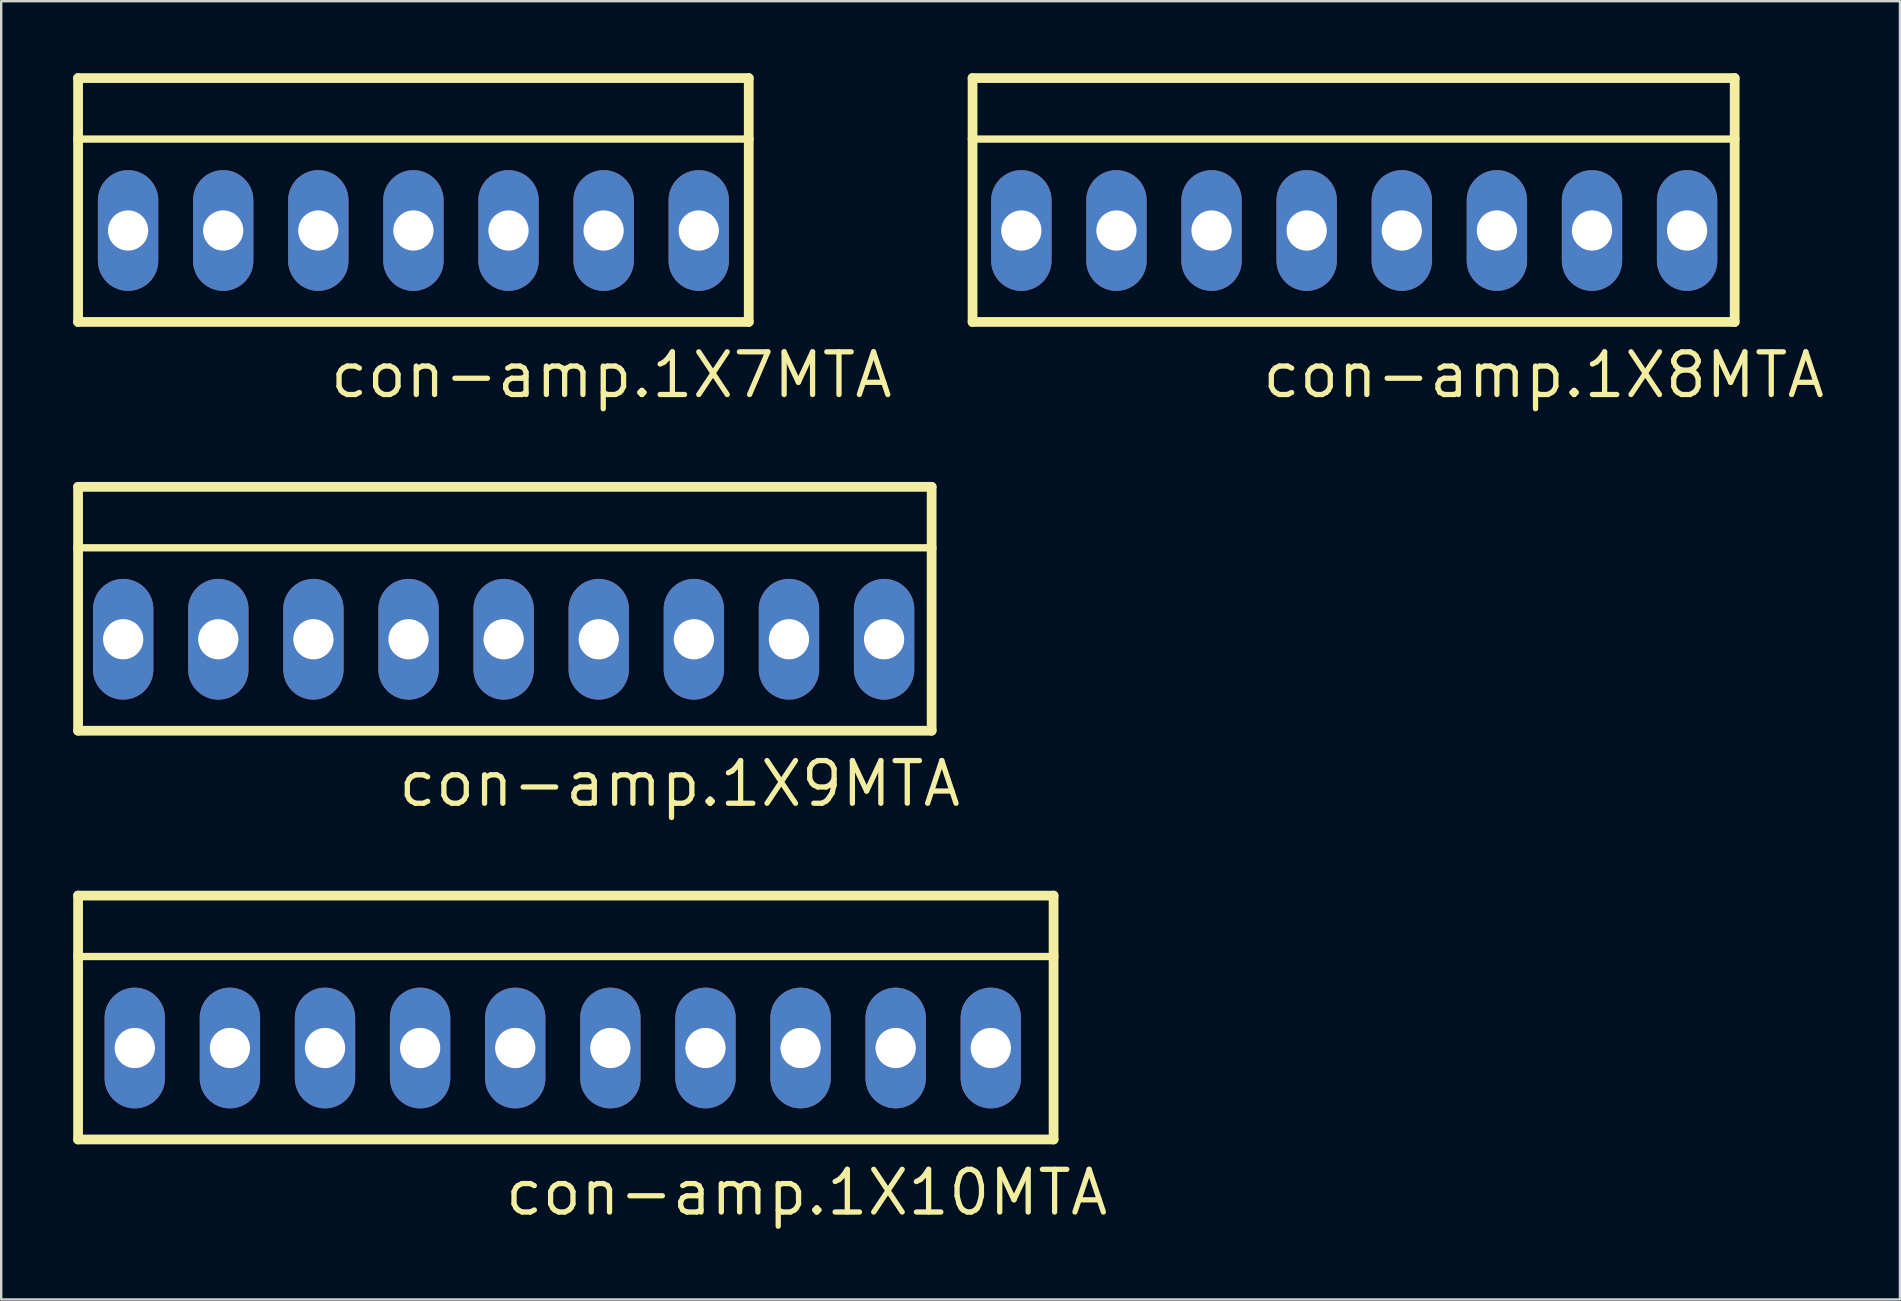
<source format=kicad_pcb>
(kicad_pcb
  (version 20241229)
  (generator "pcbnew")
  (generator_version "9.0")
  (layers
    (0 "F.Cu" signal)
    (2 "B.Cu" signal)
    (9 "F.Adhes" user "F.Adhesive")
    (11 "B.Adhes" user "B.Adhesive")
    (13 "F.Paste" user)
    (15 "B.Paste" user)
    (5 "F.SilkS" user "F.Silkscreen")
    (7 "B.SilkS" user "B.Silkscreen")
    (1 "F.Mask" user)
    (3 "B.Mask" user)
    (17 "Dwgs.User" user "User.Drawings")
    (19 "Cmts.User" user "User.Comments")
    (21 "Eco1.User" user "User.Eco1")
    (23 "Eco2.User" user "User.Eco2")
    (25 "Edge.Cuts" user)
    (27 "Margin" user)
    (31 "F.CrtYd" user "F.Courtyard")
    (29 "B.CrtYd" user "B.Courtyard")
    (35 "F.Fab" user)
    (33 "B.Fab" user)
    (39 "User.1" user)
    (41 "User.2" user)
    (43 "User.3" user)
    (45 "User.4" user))
  (footprint "con-amp.1X7MTA"
    (layer "F.Cu")
    (at 14.173 6.553)
    (property "Reference" "con-amp.1X7MTA" (at -3.581 7.061 0) (layer "F.SilkS") (effects (font (size 1.778 1.778) (thickness 0.22)) (justify left bottom)))
    (attr through_hole)
    (fp_line (start -13.97 -6.35) (end 13.97 -6.35) (stroke (width 0.406) (type default)) (layer "F.SilkS"))
    (fp_line (start -13.97 -3.81) (end -13.97 -6.35) (stroke (width 0.406) (type default)) (layer "F.SilkS"))
    (fp_line (start -13.97 -3.81) (end 13.97 -3.81) (stroke (width 0.305) (type default)) (layer "F.SilkS"))
    (fp_line (start -13.97 3.81) (end -13.97 -3.81) (stroke (width 0.406) (type default)) (layer "F.SilkS"))
    (fp_line (start -13.97 3.81) (end 13.97 3.81) (stroke (width 0.406) (type default)) (layer "F.SilkS"))
    (fp_line (start 13.97 -6.35) (end 13.97 -3.81) (stroke (width 0.406) (type default)) (layer "F.SilkS"))
    (fp_line (start 13.97 -3.81) (end 13.97 3.81) (stroke (width 0.406) (type default)) (layer "F.SilkS"))
    (fp_rect (start -12.395 0.508) (end -11.379 -0.508) (stroke (width 0.05) (type default)) (fill yes) (layer "F.SilkS"))
    (fp_rect (start -8.433 0.508) (end -7.417 -0.508) (stroke (width 0.05) (type default)) (fill yes) (layer "F.SilkS"))
    (fp_rect (start -4.47 0.508) (end -3.454 -0.508) (stroke (width 0.05) (type default)) (fill yes) (layer "F.SilkS"))
    (fp_rect (start -0.508 0.508) (end 0.508 -0.508) (stroke (width 0.05) (type default)) (fill yes) (layer "F.SilkS"))
    (fp_rect (start 3.454 0.508) (end 4.47 -0.508) (stroke (width 0.05) (type default)) (fill yes) (layer "F.SilkS"))
    (fp_rect (start 7.417 0.508) (end 8.433 -0.508) (stroke (width 0.05) (type default)) (fill yes) (layer "F.SilkS"))
    (fp_rect (start 11.379 0.508) (end 12.395 -0.508) (stroke (width 0.05) (type default)) (fill yes) (layer "F.SilkS"))
    (pad "1" thru_hole oval (at 11.887 0 90) (size 5.029 2.515) (drill 1.676) (layers "*.Cu" "*.Mask"))
    (pad "2" thru_hole oval (at 7.925 0 90) (size 5.029 2.515) (drill 1.676) (layers "*.Cu" "*.Mask"))
    (pad "3" thru_hole oval (at 3.962 0 90) (size 5.029 2.515) (drill 1.676) (layers "*.Cu" "*.Mask"))
    (pad "4" thru_hole oval (at 0 0 90) (size 5.029 2.515) (drill 1.676) (layers "*.Cu" "*.Mask"))
    (pad "5" thru_hole oval (at -3.962 0 90) (size 5.029 2.515) (drill 1.676) (layers "*.Cu" "*.Mask"))
    (pad "6" thru_hole oval (at -7.925 0 90) (size 5.029 2.515) (drill 1.676) (layers "*.Cu" "*.Mask"))
    (pad "7" thru_hole oval (at -11.887 0 90) (size 5.029 2.515) (drill 1.676) (layers "*.Cu" "*.Mask")))
  (footprint "con-amp.1X8MTA"
    (layer "F.Cu")
    (at 53.368 6.553)
    (property "Reference" "con-amp.1X8MTA" (at -3.937 7.061 0) (layer "F.SilkS") (effects (font (size 1.778 1.778) (thickness 0.22)) (justify left bottom)))
    (attr through_hole)
    (fp_line (start -15.9 -6.35) (end 15.85 -6.35) (stroke (width 0.406) (type default)) (layer "F.SilkS"))
    (fp_line (start -15.9 -3.81) (end -15.9 -6.35) (stroke (width 0.406) (type default)) (layer "F.SilkS"))
    (fp_line (start -15.9 -3.81) (end 15.85 -3.81) (stroke (width 0.305) (type default)) (layer "F.SilkS"))
    (fp_line (start -15.9 3.81) (end -15.9 -3.81) (stroke (width 0.406) (type default)) (layer "F.SilkS"))
    (fp_line (start -15.9 3.81) (end 15.85 3.81) (stroke (width 0.406) (type default)) (layer "F.SilkS"))
    (fp_line (start 15.85 -6.35) (end 15.85 -3.81) (stroke (width 0.406) (type default)) (layer "F.SilkS"))
    (fp_line (start 15.85 -3.81) (end 15.85 3.81) (stroke (width 0.406) (type default)) (layer "F.SilkS"))
    (fp_rect (start -14.376 0.508) (end -13.36 -0.508) (stroke (width 0.05) (type default)) (fill yes) (layer "F.SilkS"))
    (fp_rect (start -10.414 0.508) (end -9.398 -0.508) (stroke (width 0.05) (type default)) (fill yes) (layer "F.SilkS"))
    (fp_rect (start -6.452 0.508) (end -5.436 -0.508) (stroke (width 0.05) (type default)) (fill yes) (layer "F.SilkS"))
    (fp_rect (start -2.489 0.508) (end -1.473 -0.508) (stroke (width 0.05) (type default)) (fill yes) (layer "F.SilkS"))
    (fp_rect (start 1.473 0.508) (end 2.489 -0.508) (stroke (width 0.05) (type default)) (fill yes) (layer "F.SilkS"))
    (fp_rect (start 5.436 0.508) (end 6.452 -0.508) (stroke (width 0.05) (type default)) (fill yes) (layer "F.SilkS"))
    (fp_rect (start 9.398 0.508) (end 10.414 -0.508) (stroke (width 0.05) (type default)) (fill yes) (layer "F.SilkS"))
    (fp_rect (start 13.36 0.508) (end 14.376 -0.508) (stroke (width 0.05) (type default)) (fill yes) (layer "F.SilkS"))
    (pad "1" thru_hole oval (at 13.868 0 90) (size 5.029 2.515) (drill 1.676) (layers "*.Cu" "*.Mask"))
    (pad "2" thru_hole oval (at 9.906 0 90) (size 5.029 2.515) (drill 1.676) (layers "*.Cu" "*.Mask"))
    (pad "3" thru_hole oval (at 5.944 0 90) (size 5.029 2.515) (drill 1.676) (layers "*.Cu" "*.Mask"))
    (pad "4" thru_hole oval (at 1.981 0 90) (size 5.029 2.515) (drill 1.676) (layers "*.Cu" "*.Mask"))
    (pad "5" thru_hole oval (at -1.981 0 90) (size 5.029 2.515) (drill 1.676) (layers "*.Cu" "*.Mask"))
    (pad "6" thru_hole oval (at -5.944 0 90) (size 5.029 2.515) (drill 1.676) (layers "*.Cu" "*.Mask"))
    (pad "7" thru_hole oval (at -9.906 0 90) (size 5.029 2.515) (drill 1.676) (layers "*.Cu" "*.Mask"))
    (pad "8" thru_hole oval (at -13.868 0 90) (size 5.029 2.515) (drill 1.676) (layers "*.Cu" "*.Mask")))
  (footprint "con-amp.1X9MTA"
    (layer "F.Cu")
    (at 17.932 23.582)
    (property "Reference" "con-amp.1X9MTA" (at -4.496 7.061 0) (layer "F.SilkS") (effects (font (size 1.778 1.778) (thickness 0.22)) (justify left bottom)))
    (attr through_hole)
    (fp_line (start -17.729 -6.35) (end 17.831 -6.35) (stroke (width 0.406) (type default)) (layer "F.SilkS"))
    (fp_line (start -17.729 -3.81) (end -17.729 -6.35) (stroke (width 0.406) (type default)) (layer "F.SilkS"))
    (fp_line (start -17.729 -3.81) (end 17.831 -3.81) (stroke (width 0.305) (type default)) (layer "F.SilkS"))
    (fp_line (start -17.729 3.81) (end -17.729 -3.81) (stroke (width 0.406) (type default)) (layer "F.SilkS"))
    (fp_line (start -17.729 3.81) (end 17.831 3.81) (stroke (width 0.406) (type default)) (layer "F.SilkS"))
    (fp_line (start 17.831 -6.35) (end 17.831 -3.81) (stroke (width 0.406) (type default)) (layer "F.SilkS"))
    (fp_line (start 17.831 -3.81) (end 17.831 3.81) (stroke (width 0.406) (type default)) (layer "F.SilkS"))
    (fp_rect (start -16.358 0.508) (end -15.342 -0.508) (stroke (width 0.05) (type default)) (fill yes) (layer "F.SilkS"))
    (fp_rect (start -12.395 0.508) (end -11.379 -0.508) (stroke (width 0.05) (type default)) (fill yes) (layer "F.SilkS"))
    (fp_rect (start -8.433 0.508) (end -7.417 -0.508) (stroke (width 0.05) (type default)) (fill yes) (layer "F.SilkS"))
    (fp_rect (start -4.47 0.508) (end -3.454 -0.508) (stroke (width 0.05) (type default)) (fill yes) (layer "F.SilkS"))
    (fp_rect (start -0.508 0.508) (end 0.508 -0.508) (stroke (width 0.05) (type default)) (fill yes) (layer "F.SilkS"))
    (fp_rect (start 3.454 0.508) (end 4.47 -0.508) (stroke (width 0.05) (type default)) (fill yes) (layer "F.SilkS"))
    (fp_rect (start 7.417 0.508) (end 8.433 -0.508) (stroke (width 0.05) (type default)) (fill yes) (layer "F.SilkS"))
    (fp_rect (start 11.379 0.508) (end 12.395 -0.508) (stroke (width 0.05) (type default)) (fill yes) (layer "F.SilkS"))
    (fp_rect (start 15.342 0.508) (end 16.358 -0.508) (stroke (width 0.05) (type default)) (fill yes) (layer "F.SilkS"))
    (pad "1" thru_hole oval (at 15.85 0 90) (size 5.029 2.515) (drill 1.676) (layers "*.Cu" "*.Mask"))
    (pad "2" thru_hole oval (at 11.887 0 90) (size 5.029 2.515) (drill 1.676) (layers "*.Cu" "*.Mask"))
    (pad "3" thru_hole oval (at 7.925 0 90) (size 5.029 2.515) (drill 1.676) (layers "*.Cu" "*.Mask"))
    (pad "4" thru_hole oval (at 3.962 0 90) (size 5.029 2.515) (drill 1.676) (layers "*.Cu" "*.Mask"))
    (pad "5" thru_hole oval (at 0 0 90) (size 5.029 2.515) (drill 1.676) (layers "*.Cu" "*.Mask"))
    (pad "6" thru_hole oval (at -3.962 0 90) (size 5.029 2.515) (drill 1.676) (layers "*.Cu" "*.Mask"))
    (pad "7" thru_hole oval (at -7.925 0 90) (size 5.029 2.515) (drill 1.676) (layers "*.Cu" "*.Mask"))
    (pad "8" thru_hole oval (at -11.887 0 90) (size 5.029 2.515) (drill 1.676) (layers "*.Cu" "*.Mask"))
    (pad "9" thru_hole oval (at -15.85 0 90) (size 5.029 2.515) (drill 1.676) (layers "*.Cu" "*.Mask")))
  (footprint "con-amp.1X10MTA"
    (layer "F.Cu")
    (at 20.396 40.611)
    (property "Reference" "con-amp.1X10MTA" (at -2.515 7.061 0) (layer "F.SilkS") (effects (font (size 1.778 1.778) (thickness 0.22)) (justify left bottom)))
    (attr through_hole)
    (fp_line (start -20.193 -6.35) (end 20.447 -6.35) (stroke (width 0.406) (type default)) (layer "F.SilkS"))
    (fp_line (start -20.193 -3.81) (end -20.193 -6.35) (stroke (width 0.406) (type default)) (layer "F.SilkS"))
    (fp_line (start -20.193 -3.81) (end 20.447 -3.81) (stroke (width 0.305) (type default)) (layer "F.SilkS"))
    (fp_line (start -20.193 3.81) (end -20.193 -3.81) (stroke (width 0.406) (type default)) (layer "F.SilkS"))
    (fp_line (start -20.193 3.81) (end 20.447 3.81) (stroke (width 0.406) (type default)) (layer "F.SilkS"))
    (fp_line (start 20.447 -6.35) (end 20.447 -3.81) (stroke (width 0.406) (type default)) (layer "F.SilkS"))
    (fp_line (start 20.447 -3.81) (end 20.447 3.81) (stroke (width 0.406) (type default)) (layer "F.SilkS"))
    (fp_rect (start -18.339 0.508) (end -17.323 -0.508) (stroke (width 0.05) (type default)) (fill yes) (layer "F.SilkS"))
    (fp_rect (start -14.376 0.508) (end -13.36 -0.508) (stroke (width 0.05) (type default)) (fill yes) (layer "F.SilkS"))
    (fp_rect (start -10.414 0.508) (end -9.398 -0.508) (stroke (width 0.05) (type default)) (fill yes) (layer "F.SilkS"))
    (fp_rect (start -6.452 0.508) (end -5.436 -0.508) (stroke (width 0.05) (type default)) (fill yes) (layer "F.SilkS"))
    (fp_rect (start -2.489 0.508) (end -1.473 -0.508) (stroke (width 0.05) (type default)) (fill yes) (layer "F.SilkS"))
    (fp_rect (start 1.473 0.508) (end 2.489 -0.508) (stroke (width 0.05) (type default)) (fill yes) (layer "F.SilkS"))
    (fp_rect (start 5.436 0.508) (end 6.452 -0.508) (stroke (width 0.05) (type default)) (fill yes) (layer "F.SilkS"))
    (fp_rect (start 9.398 0.508) (end 10.414 -0.508) (stroke (width 0.05) (type default)) (fill yes) (layer "F.SilkS"))
    (fp_rect (start 13.36 0.508) (end 14.376 -0.508) (stroke (width 0.05) (type default)) (fill yes) (layer "F.SilkS"))
    (fp_rect (start 17.323 0.508) (end 18.339 -0.508) (stroke (width 0.05) (type default)) (fill yes) (layer "F.SilkS"))
    (pad "1" thru_hole oval (at 17.831 0 90) (size 5.029 2.515) (drill 1.676) (layers "*.Cu" "*.Mask"))
    (pad "2" thru_hole oval (at 13.868 0 90) (size 5.029 2.515) (drill 1.676) (layers "*.Cu" "*.Mask"))
    (pad "3" thru_hole oval (at 9.906 0 90) (size 5.029 2.515) (drill 1.676) (layers "*.Cu" "*.Mask"))
    (pad "4" thru_hole oval (at 5.944 0 90) (size 5.029 2.515) (drill 1.676) (layers "*.Cu" "*.Mask"))
    (pad "5" thru_hole oval (at 1.981 0 90) (size 5.029 2.515) (drill 1.676) (layers "*.Cu" "*.Mask"))
    (pad "6" thru_hole oval (at -1.981 0 90) (size 5.029 2.515) (drill 1.676) (layers "*.Cu" "*.Mask"))
    (pad "7" thru_hole oval (at -5.944 0 90) (size 5.029 2.515) (drill 1.676) (layers "*.Cu" "*.Mask"))
    (pad "8" thru_hole oval (at -9.906 0 90) (size 5.029 2.515) (drill 1.676) (layers "*.Cu" "*.Mask"))
    (pad "9" thru_hole oval (at -13.868 0 90) (size 5.029 2.515) (drill 1.676) (layers "*.Cu" "*.Mask"))
    (pad "10" thru_hole oval (at -17.831 0 90) (size 5.029 2.515) (drill 1.676) (layers "*.Cu" "*.Mask")))
  (gr_rect
    (start -3 -3)
    (end 76.103 51.087)
    (stroke (width 0.1) (type default))
    (fill no)
    (layer "Edge.Cuts")))
</source>
